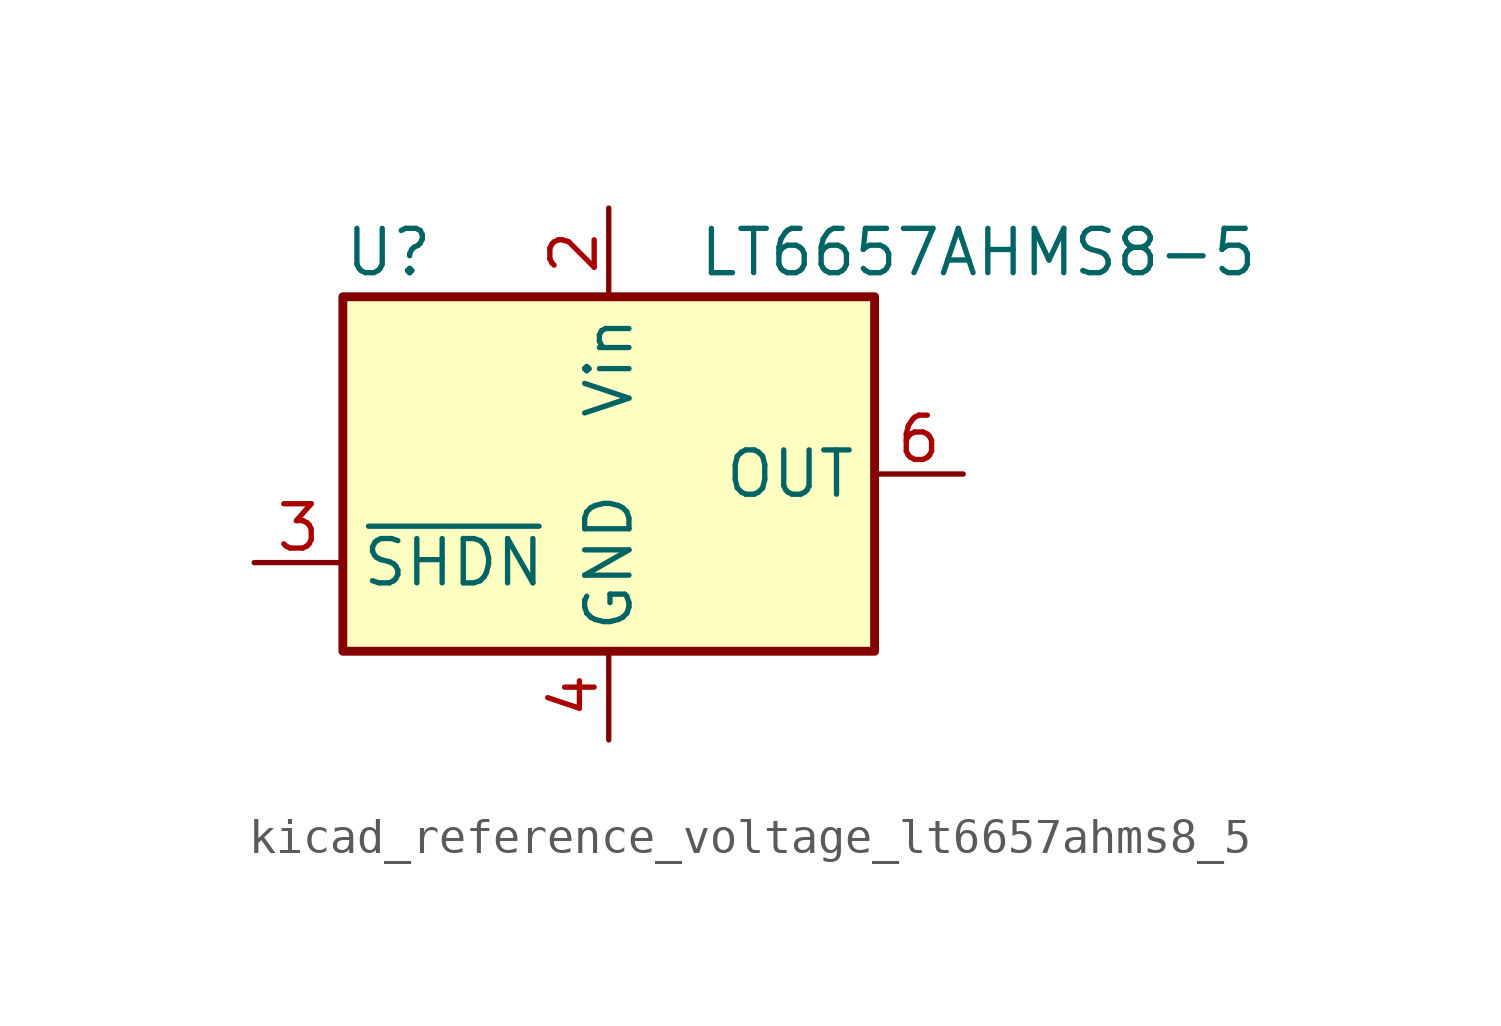
<source format=kicad_sym>
(kicad_symbol_lib
  (version 20220914)
  (generator kicad_symbol_editor)
  (symbol "kicad_reference_voltage_lt6657ahms8_5"
    (property "Reference" "U"
      (at -7.62 6.35 0)
      (effects (font (size 1.27 1.27)) (justify left)))
    (property "Value" "LT6657AHMS8-5"
      (at 2.54 6.35 0)
      (effects (font (size 1.27 1.27)) (justify left)))
    (symbol "kicad_reference_voltage_lt6657ahms8_5_0_1"
      (rectangle (start -7.62 5.08) (end 7.62 -5.08) (stroke (width 0.254) (type default)) (fill (type background))))
    (symbol "kicad_reference_voltage_lt6657ahms8_5_1_1"
      (pin no_connect line (at 7.62 -2.54 180) (length 2.54) hide (name "DNC" (effects (font (size 1.27 1.27)))) (number "1" (effects (font (size 1.27 1.27)))))
      (pin power_in line (at 0 7.62 270) (length 2.54) (name "Vin" (effects (font (size 1.27 1.27)))) (number "2" (effects (font (size 1.27 1.27)))))
      (pin input line (at -10.16 -2.54 0) (length 2.54) (name "~{SHDN}" (effects (font (size 1.27 1.27)))) (number "3" (effects (font (size 1.27 1.27)))))
      (pin power_in line (at 0 -7.62 90) (length 2.54) (name "GND" (effects (font (size 1.27 1.27)))) (number "4" (effects (font (size 1.27 1.27)))))
      (pin no_connect line (at -7.62 0 0) (length 2.54) hide (name "DNC" (effects (font (size 1.27 1.27)))) (number "5" (effects (font (size 1.27 1.27)))))
      (pin power_out line (at 10.16 0 180) (length 2.54) (name "OUT" (effects (font (size 1.27 1.27)))) (number "6" (effects (font (size 1.27 1.27)))))
      (pin no_connect line (at -7.62 2.54 0) (length 2.54) hide (name "DNC" (effects (font (size 1.27 1.27)))) (number "7" (effects (font (size 1.27 1.27)))))
      (pin no_connect line (at 7.62 2.54 180) (length 2.54) hide (name "DNC" (effects (font (size 1.27 1.27)))) (number "8" (effects (font (size 1.27 1.27))))))))
</source>
